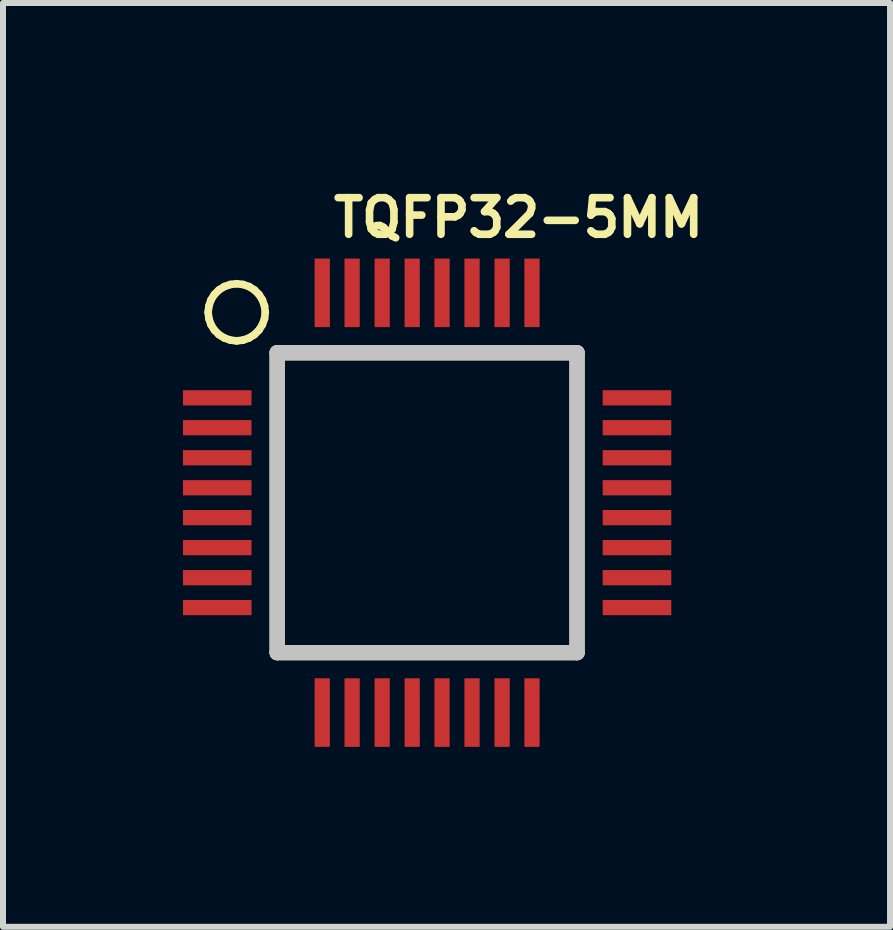
<source format=kicad_pcb>
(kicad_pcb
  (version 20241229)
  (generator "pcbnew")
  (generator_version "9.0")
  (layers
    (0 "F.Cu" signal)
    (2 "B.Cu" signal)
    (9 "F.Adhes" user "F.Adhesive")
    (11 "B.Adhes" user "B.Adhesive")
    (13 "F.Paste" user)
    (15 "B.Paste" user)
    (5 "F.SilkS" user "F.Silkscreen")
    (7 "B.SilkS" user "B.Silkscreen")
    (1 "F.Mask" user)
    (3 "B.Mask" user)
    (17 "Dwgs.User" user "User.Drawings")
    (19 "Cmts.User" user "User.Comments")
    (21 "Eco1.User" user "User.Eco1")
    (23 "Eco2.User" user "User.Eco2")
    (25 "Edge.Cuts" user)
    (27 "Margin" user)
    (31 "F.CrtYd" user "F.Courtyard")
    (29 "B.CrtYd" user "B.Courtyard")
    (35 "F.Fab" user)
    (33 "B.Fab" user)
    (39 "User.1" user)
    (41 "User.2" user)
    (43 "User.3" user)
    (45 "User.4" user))
  (footprint "TQFP32-5MM"
    (layer "F.Cu")
    (at 4.069 5.329)
    (property "Reference" "TQFP32-5MM" (at 1.524 -4.75 0) (layer "F.SilkS") (effects (font (size 0.61 0.61) (thickness 0.127))))
    (attr smd)
    (fp_line (start -3.65 -3.175) (end -3.637 -3.279) (stroke (width 0.127) (type solid)) (layer "F.SilkS"))
    (fp_line (start -3.637 -3.279) (end -3.602 -3.381) (stroke (width 0.127) (type solid)) (layer "F.SilkS"))
    (fp_line (start -3.637 -3.068) (end -3.65 -3.175) (stroke (width 0.127) (type solid)) (layer "F.SilkS"))
    (fp_line (start -3.602 -3.381) (end -3.546 -3.47) (stroke (width 0.127) (type solid)) (layer "F.SilkS"))
    (fp_line (start -3.602 -2.967) (end -3.637 -3.068) (stroke (width 0.127) (type solid)) (layer "F.SilkS"))
    (fp_line (start -3.546 -3.47) (end -3.47 -3.546) (stroke (width 0.127) (type solid)) (layer "F.SilkS"))
    (fp_line (start -3.546 -2.878) (end -3.602 -2.967) (stroke (width 0.127) (type solid)) (layer "F.SilkS"))
    (fp_line (start -3.47 -3.546) (end -3.381 -3.602) (stroke (width 0.127) (type solid)) (layer "F.SilkS"))
    (fp_line (start -3.47 -2.802) (end -3.546 -2.878) (stroke (width 0.127) (type solid)) (layer "F.SilkS"))
    (fp_line (start -3.381 -3.602) (end -3.279 -3.637) (stroke (width 0.127) (type solid)) (layer "F.SilkS"))
    (fp_line (start -3.381 -2.746) (end -3.47 -2.802) (stroke (width 0.127) (type solid)) (layer "F.SilkS"))
    (fp_line (start -3.279 -3.637) (end -3.175 -3.65) (stroke (width 0.127) (type solid)) (layer "F.SilkS"))
    (fp_line (start -3.279 -2.71) (end -3.381 -2.746) (stroke (width 0.127) (type solid)) (layer "F.SilkS"))
    (fp_line (start -3.175 -3.65) (end -3.068 -3.637) (stroke (width 0.127) (type solid)) (layer "F.SilkS"))
    (fp_line (start -3.175 -2.697) (end -3.279 -2.71) (stroke (width 0.127) (type solid)) (layer "F.SilkS"))
    (fp_line (start -3.068 -3.637) (end -2.967 -3.602) (stroke (width 0.127) (type solid)) (layer "F.SilkS"))
    (fp_line (start -3.068 -2.71) (end -3.175 -2.697) (stroke (width 0.127) (type solid)) (layer "F.SilkS"))
    (fp_line (start -2.967 -3.602) (end -2.878 -3.546) (stroke (width 0.127) (type solid)) (layer "F.SilkS"))
    (fp_line (start -2.967 -2.746) (end -3.068 -2.71) (stroke (width 0.127) (type solid)) (layer "F.SilkS"))
    (fp_line (start -2.878 -3.546) (end -2.802 -3.47) (stroke (width 0.127) (type solid)) (layer "F.SilkS"))
    (fp_line (start -2.878 -2.802) (end -2.967 -2.746) (stroke (width 0.127) (type solid)) (layer "F.SilkS"))
    (fp_line (start -2.802 -3.47) (end -2.746 -3.381) (stroke (width 0.127) (type solid)) (layer "F.SilkS"))
    (fp_line (start -2.802 -2.878) (end -2.878 -2.802) (stroke (width 0.127) (type solid)) (layer "F.SilkS"))
    (fp_line (start -2.746 -3.381) (end -2.71 -3.279) (stroke (width 0.127) (type solid)) (layer "F.SilkS"))
    (fp_line (start -2.746 -2.967) (end -2.802 -2.878) (stroke (width 0.127) (type solid)) (layer "F.SilkS"))
    (fp_line (start -2.71 -3.279) (end -2.697 -3.175) (stroke (width 0.127) (type solid)) (layer "F.SilkS"))
    (fp_line (start -2.71 -3.068) (end -2.746 -2.967) (stroke (width 0.127) (type solid)) (layer "F.SilkS"))
    (fp_line (start -2.697 -3.175) (end -2.71 -3.068) (stroke (width 0.127) (type solid)) (layer "F.SilkS"))
    (fp_line (start -2.499 -2.499) (end -2.499 2.499) (stroke (width 0.254) (type solid)) (layer "F.SilkS"))
    (fp_line (start -2.499 2.499) (end 2.499 2.499) (stroke (width 0.254) (type solid)) (layer "F.SilkS"))
    (fp_line (start 2.499 -2.499) (end -2.499 -2.499) (stroke (width 0.254) (type solid)) (layer "F.SilkS"))
    (fp_line (start 2.499 2.499) (end 2.499 -2.499) (stroke (width 0.254) (type solid)) (layer "F.SilkS"))
    (fp_line (start -2.499 -2.499) (end -2.499 2.499) (stroke (width 0.254) (type solid)) (layer "Dwgs.User"))
    (fp_line (start -2.499 2.499) (end 2.499 2.499) (stroke (width 0.254) (type solid)) (layer "Dwgs.User"))
    (fp_line (start 2.499 -2.499) (end -2.499 -2.499) (stroke (width 0.254) (type solid)) (layer "Dwgs.User"))
    (fp_line (start 2.499 2.499) (end 2.499 -2.499) (stroke (width 0.254) (type solid)) (layer "Dwgs.User"))
    (pad "1" smd rect (at -3.498 -1.748) (size 1.143 0.254) (layers "F.Cu" "F.Mask" "F.Paste"))
    (pad "2" smd rect (at -3.498 -1.25) (size 1.143 0.254) (layers "F.Cu" "F.Mask" "F.Paste"))
    (pad "3" smd rect (at -3.498 -0.749) (size 1.143 0.254) (layers "F.Cu" "F.Mask" "F.Paste"))
    (pad "4" smd rect (at -3.498 -0.249) (size 1.143 0.254) (layers "F.Cu" "F.Mask" "F.Paste"))
    (pad "5" smd rect (at -3.498 0.249) (size 1.143 0.254) (layers "F.Cu" "F.Mask" "F.Paste"))
    (pad "6" smd rect (at -3.498 0.749) (size 1.143 0.254) (layers "F.Cu" "F.Mask" "F.Paste"))
    (pad "7" smd rect (at -3.498 1.25) (size 1.143 0.254) (layers "F.Cu" "F.Mask" "F.Paste"))
    (pad "8" smd rect (at -3.498 1.748) (size 1.143 0.254) (layers "F.Cu" "F.Mask" "F.Paste"))
    (pad "9" smd rect (at -1.748 3.498 90) (size 1.143 0.254) (layers "F.Cu" "F.Mask" "F.Paste"))
    (pad "10" smd rect (at -1.25 3.498 90) (size 1.143 0.254) (layers "F.Cu" "F.Mask" "F.Paste"))
    (pad "11" smd rect (at -0.749 3.498 90) (size 1.143 0.254) (layers "F.Cu" "F.Mask" "F.Paste"))
    (pad "12" smd rect (at -0.249 3.498 90) (size 1.143 0.254) (layers "F.Cu" "F.Mask" "F.Paste"))
    (pad "13" smd rect (at 0.249 3.498 90) (size 1.143 0.254) (layers "F.Cu" "F.Mask" "F.Paste"))
    (pad "14" smd rect (at 0.749 3.498 90) (size 1.143 0.254) (layers "F.Cu" "F.Mask" "F.Paste"))
    (pad "15" smd rect (at 1.25 3.498 90) (size 1.143 0.254) (layers "F.Cu" "F.Mask" "F.Paste"))
    (pad "16" smd rect (at 1.748 3.498 90) (size 1.143 0.254) (layers "F.Cu" "F.Mask" "F.Paste"))
    (pad "17" smd rect (at 3.498 1.748 180) (size 1.143 0.254) (layers "F.Cu" "F.Mask" "F.Paste"))
    (pad "18" smd rect (at 3.498 1.25 180) (size 1.143 0.254) (layers "F.Cu" "F.Mask" "F.Paste"))
    (pad "19" smd rect (at 3.498 0.749 180) (size 1.143 0.254) (layers "F.Cu" "F.Mask" "F.Paste"))
    (pad "20" smd rect (at 3.498 0.249 180) (size 1.143 0.254) (layers "F.Cu" "F.Mask" "F.Paste"))
    (pad "21" smd rect (at 3.498 -0.249 180) (size 1.143 0.254) (layers "F.Cu" "F.Mask" "F.Paste"))
    (pad "22" smd rect (at 3.498 -0.749 180) (size 1.143 0.254) (layers "F.Cu" "F.Mask" "F.Paste"))
    (pad "23" smd rect (at 3.498 -1.25 180) (size 1.143 0.254) (layers "F.Cu" "F.Mask" "F.Paste"))
    (pad "24" smd rect (at 3.498 -1.748 180) (size 1.143 0.254) (layers "F.Cu" "F.Mask" "F.Paste"))
    (pad "25" smd rect (at 1.748 -3.498 270) (size 1.143 0.254) (layers "F.Cu" "F.Mask" "F.Paste"))
    (pad "26" smd rect (at 1.25 -3.498 270) (size 1.143 0.254) (layers "F.Cu" "F.Mask" "F.Paste"))
    (pad "27" smd rect (at 0.749 -3.498 270) (size 1.143 0.254) (layers "F.Cu" "F.Mask" "F.Paste"))
    (pad "28" smd rect (at 0.249 -3.498 270) (size 1.143 0.254) (layers "F.Cu" "F.Mask" "F.Paste"))
    (pad "29" smd rect (at -0.249 -3.498 270) (size 1.143 0.254) (layers "F.Cu" "F.Mask" "F.Paste"))
    (pad "30" smd rect (at -0.749 -3.498 270) (size 1.143 0.254) (layers "F.Cu" "F.Mask" "F.Paste"))
    (pad "31" smd rect (at -1.25 -3.498 270) (size 1.143 0.254) (layers "F.Cu" "F.Mask" "F.Paste"))
    (pad "32" smd rect (at -1.748 -3.498 270) (size 1.143 0.254) (layers "F.Cu" "F.Mask" "F.Paste")))
  (gr_rect
    (start -3 -3)
    (end 11.785 12.398)
    (stroke (width 0.1) (type default))
    (fill no)
    (layer "Edge.Cuts")))
</source>
